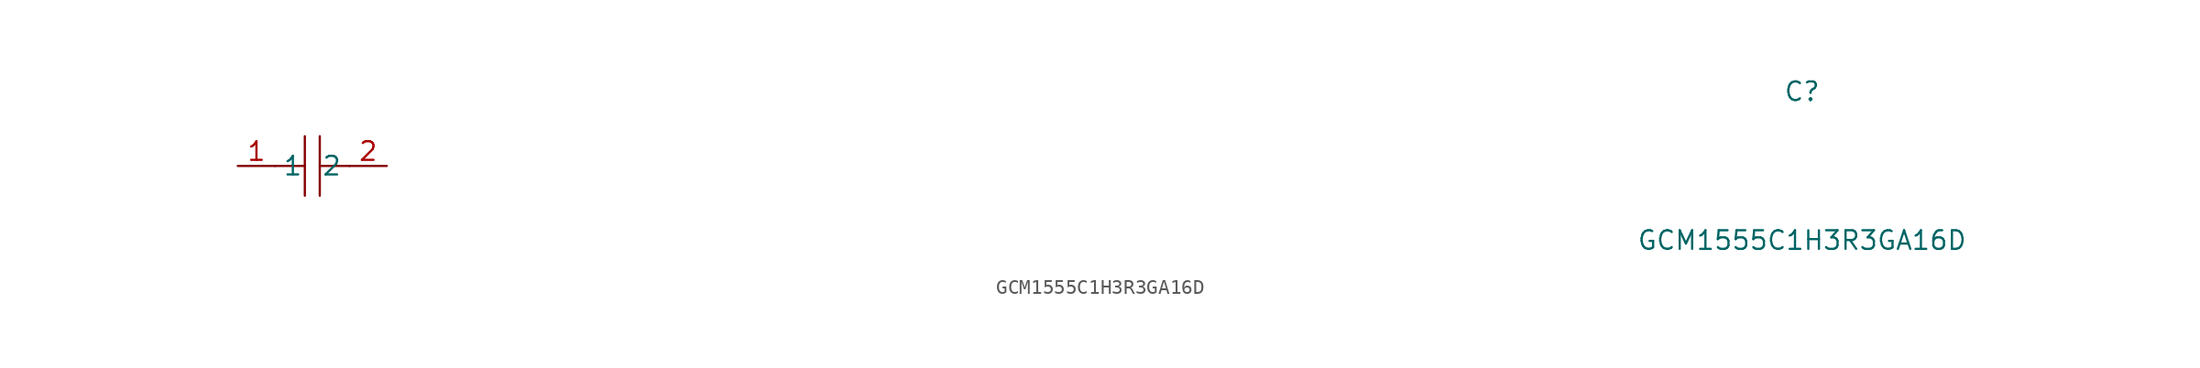
<source format=kicad_sym>
(kicad_symbol_lib
  (version 1)
  (generator "faebryk")
  (symbol "GCM1555C1H3R3GA16D"
    (property "Reference" "C"
      (at 0 81.28 0)
      (effects (font (size 1.27 1.27)) (hide no)))
    (property "Value" "GCM1555C1H3R3GA16D"
      (at 0 71.12 0)
      (effects (font (size 1.27 1.27)) (hide no)))
    (symbol "GCM1555C1H3R3GA16D_0_1"
      (polyline (stroke (width 0) (type default) (color 0 0 0 0)) (fill (type none)) (pts (xy -102.11 74.17) (xy -102.11 78.23)))
      (polyline (stroke (width 0) (type default) (color 0 0 0 0)) (fill (type none)) (pts (xy -99.06 76.2) (xy -101.09 76.2)))
      (polyline (stroke (width 0) (type default) (color 0 0 0 0)) (fill (type none)) (pts (xy -101.09 78.23) (xy -101.09 74.17)))
      (polyline (stroke (width 0) (type default) (color 0 0 0 0)) (fill (type none)) (pts (xy -102.11 76.2) (xy -104.14 76.2)))
      (pin unspecified line (at -106.68 76.2 0) (length 2.54) (name "1" (effects (font (size 1.27 1.27)) (hide no))) (number "1" (effects (font (size 1.27 1.27)) (hide no))))
      (pin unspecified line (at -96.52 76.2 180) (length 2.54) (name "2" (effects (font (size 1.27 1.27)) (hide no))) (number "2" (effects (font (size 1.27 1.27)) (hide no)))))))
</source>
